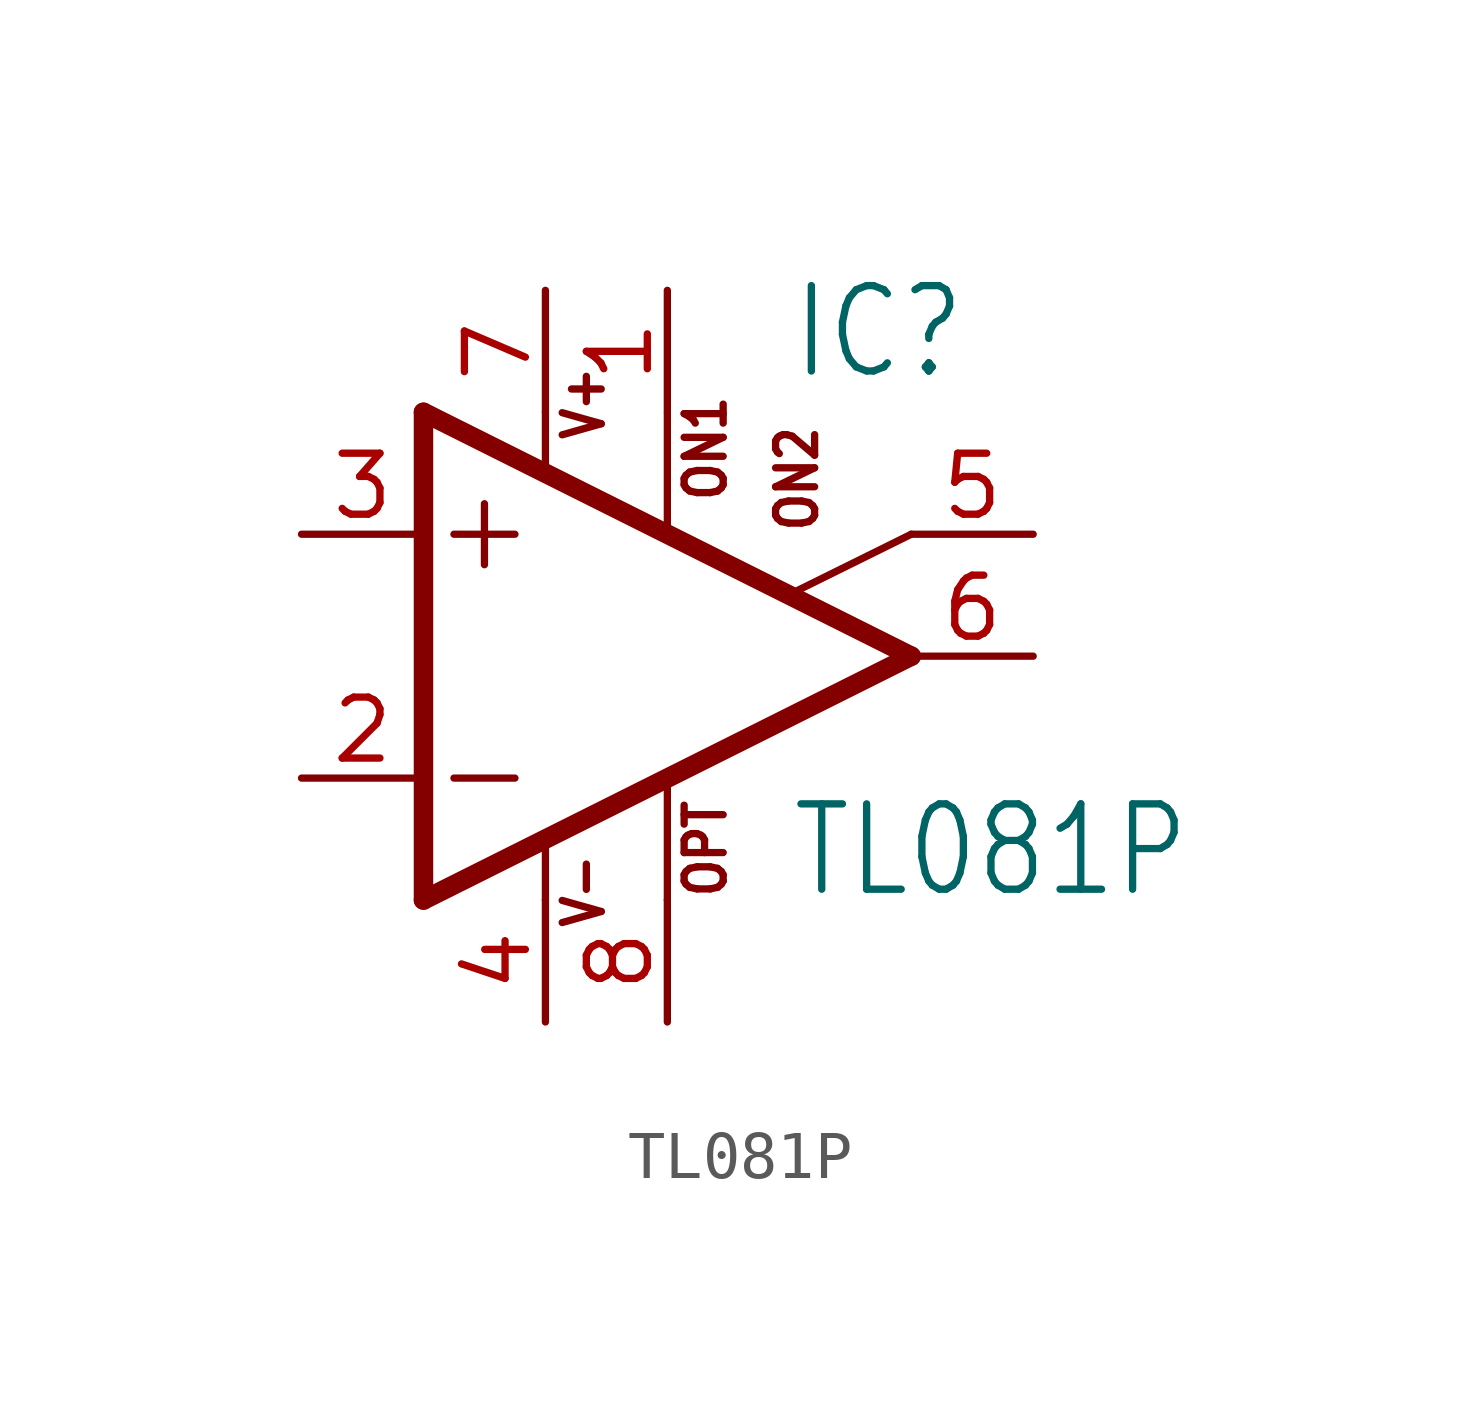
<source format=kicad_sym>
(kicad_symbol_lib
  (version 20220331)
  (generator kicad_symbol_editor)
  (symbol "TL081P"
    (property "Reference" "IC"
      (at 2.54 5.715 0)
      (effects (font (size 1.778 1.511)) (justify left bottom)))
    (property "Value" "TL081P"
      (at 2.54 -5.08 0)
      (effects (font (size 1.778 1.511)) (justify left bottom)))
    (property "ki_locked" ""
      (at 0 0 0)
      (effects (font (size 1.27 1.27))))
    (symbol "TL081P_1_0"
      (polyline (pts (xy -5.08 -5.08) (xy 5.08 0)) (stroke (width 0.406) (type solid)) (fill (type none)))
      (polyline (pts (xy -5.08 5.08) (xy -5.08 -5.08)) (stroke (width 0.406) (type solid)) (fill (type none)))
      (polyline (pts (xy -4.445 -2.54) (xy -3.175 -2.54)) (stroke (width 0.152) (type solid)) (fill (type none)))
      (polyline (pts (xy -4.445 2.54) (xy -3.175 2.54)) (stroke (width 0.152) (type solid)) (fill (type none)))
      (polyline (pts (xy -3.81 3.175) (xy -3.81 1.905)) (stroke (width 0.152) (type solid)) (fill (type none)))
      (polyline (pts (xy -2.54 -3.912) (xy -2.54 -5.08)) (stroke (width 0.152) (type solid)) (fill (type none)))
      (polyline (pts (xy -2.54 5.08) (xy -2.54 3.886)) (stroke (width 0.152) (type solid)) (fill (type none)))
      (polyline (pts (xy 0 -2.616) (xy 0 -5.08)) (stroke (width 0.152) (type solid)) (fill (type none)))
      (polyline (pts (xy 0 5.055) (xy 0 2.616)) (stroke (width 0.152) (type solid)) (fill (type none)))
      (polyline (pts (xy 5.08 0) (xy -5.08 5.08)) (stroke (width 0.406) (type solid)) (fill (type none)))
      (polyline (pts (xy 5.08 2.54) (xy 2.616 1.321)) (stroke (width 0.152) (type solid)) (fill (type none)))
      (text "ON1" (at 1.27 3.175 900) (effects (font (size 0.813 0.691)) (justify left bottom)))
      (text "ON2" (at 3.175 2.54 900) (effects (font (size 0.813 0.691)) (justify left bottom)))
      (text "OPT" (at 1.27 -5.08 900) (effects (font (size 0.813 0.691)) (justify left bottom)))
      (text "V+" (at -1.27 4.445 900) (effects (font (size 0.813 0.691)) (justify left bottom)))
      (text "V-" (at -1.27 -5.715 900) (effects (font (size 0.813 0.691)) (justify left bottom)))
      (pin passive line (at 0 7.62 270) (length 2.54) (name "ON1" (effects (font (size 0 0)))) (number "1" (effects (font (size 1.27 1.27)))))
      (pin input line (at -7.62 -2.54 0) (length 2.54) (name "-IN" (effects (font (size 0 0)))) (number "2" (effects (font (size 1.27 1.27)))))
      (pin input line (at -7.62 2.54 0) (length 2.54) (name "+IN" (effects (font (size 0 0)))) (number "3" (effects (font (size 1.27 1.27)))))
      (pin power_in line (at -2.54 -7.62 90) (length 2.54) (name "V-" (effects (font (size 0 0)))) (number "4" (effects (font (size 1.27 1.27)))))
      (pin passive line (at 7.62 2.54 180) (length 2.54) (name "ON2" (effects (font (size 0 0)))) (number "5" (effects (font (size 1.27 1.27)))))
      (pin output line (at 7.62 0 180) (length 2.54) (name "OUT" (effects (font (size 0 0)))) (number "6" (effects (font (size 1.27 1.27)))))
      (pin power_in line (at -2.54 7.62 270) (length 2.54) (name "V+" (effects (font (size 0 0)))) (number "7" (effects (font (size 1.27 1.27)))))
      (pin passive line (at 0 -7.62 90) (length 2.54) (name "OPT" (effects (font (size 0 0)))) (number "8" (effects (font (size 1.27 1.27))))))))
</source>
